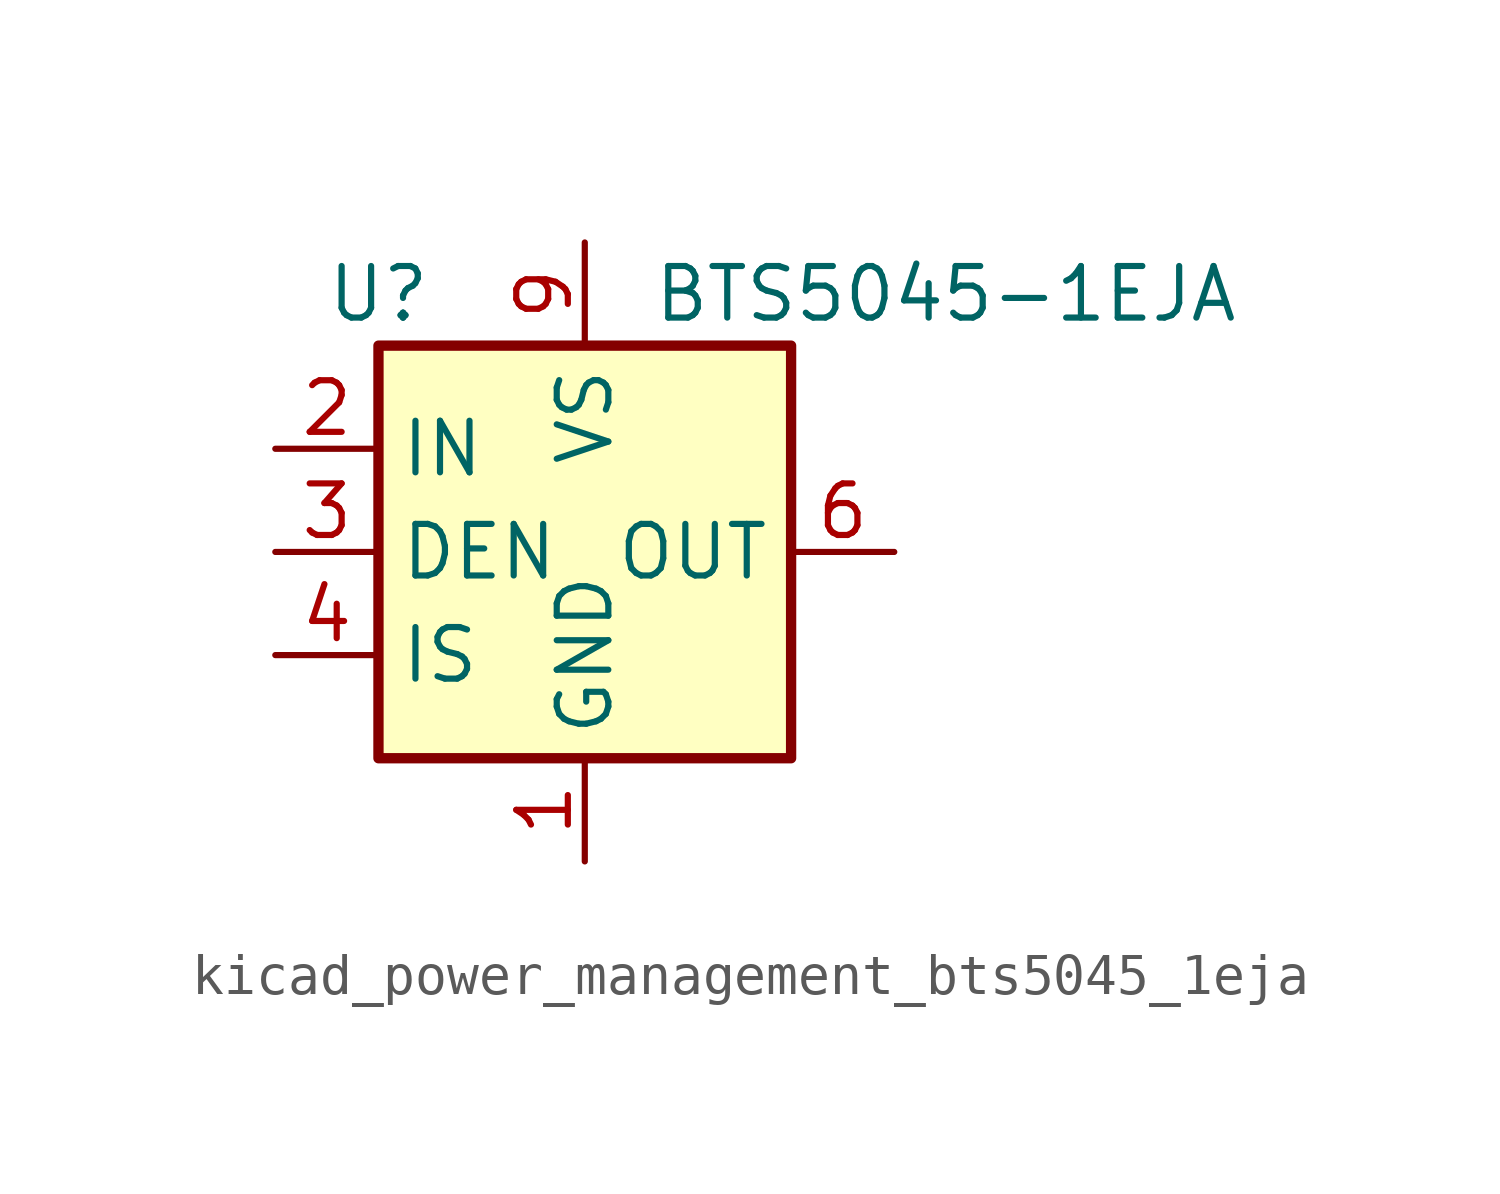
<source format=kicad_sym>
(kicad_symbol_lib
  (version 20220914)
  (generator kicad_symbol_editor)
  (symbol "kicad_power_management_bts5045_1eja"
    (property "Reference" "U"
      (at -5.08 6.35 0)
      (effects (font (size 1.27 1.27))))
    (property "Value" "BTS5045-1EJA"
      (at 8.89 6.35 0)
      (effects (font (size 1.27 1.27))))
    (symbol "kicad_power_management_bts5045_1eja_0_1"
      (rectangle (start -5.08 5.08) (end 5.08 -5.08) (stroke (width 0.254) (type default)) (fill (type background))))
    (symbol "kicad_power_management_bts5045_1eja_1_1"
      (pin power_in line (at 0 -7.62 90) (length 2.54) (name "GND" (effects (font (size 1.27 1.27)))) (number "1" (effects (font (size 1.27 1.27)))))
      (pin input line (at -7.62 2.54 0) (length 2.54) (name "IN" (effects (font (size 1.27 1.27)))) (number "2" (effects (font (size 1.27 1.27)))))
      (pin input line (at -7.62 0 0) (length 2.54) (name "DEN" (effects (font (size 1.27 1.27)))) (number "3" (effects (font (size 1.27 1.27)))))
      (pin output line (at -7.62 -2.54 0) (length 2.54) (name "IS" (effects (font (size 1.27 1.27)))) (number "4" (effects (font (size 1.27 1.27)))))
      (pin no_connect line (at 5.08 2.54 180) (length 2.54) hide (name "NC" (effects (font (size 1.27 1.27)))) (number "5" (effects (font (size 1.27 1.27)))))
      (pin power_out line (at 7.62 0 180) (length 2.54) (name "OUT" (effects (font (size 1.27 1.27)))) (number "6" (effects (font (size 1.27 1.27)))))
      (pin passive line (at 7.62 0 180) (length 2.54) hide (name "OUT" (effects (font (size 1.27 1.27)))) (number "7" (effects (font (size 1.27 1.27)))))
      (pin passive line (at 7.62 0 180) (length 2.54) hide (name "OUT" (effects (font (size 1.27 1.27)))) (number "8" (effects (font (size 1.27 1.27)))))
      (pin power_in line (at 0 7.62 270) (length 2.54) (name "VS" (effects (font (size 1.27 1.27)))) (number "9" (effects (font (size 1.27 1.27))))))))
</source>
